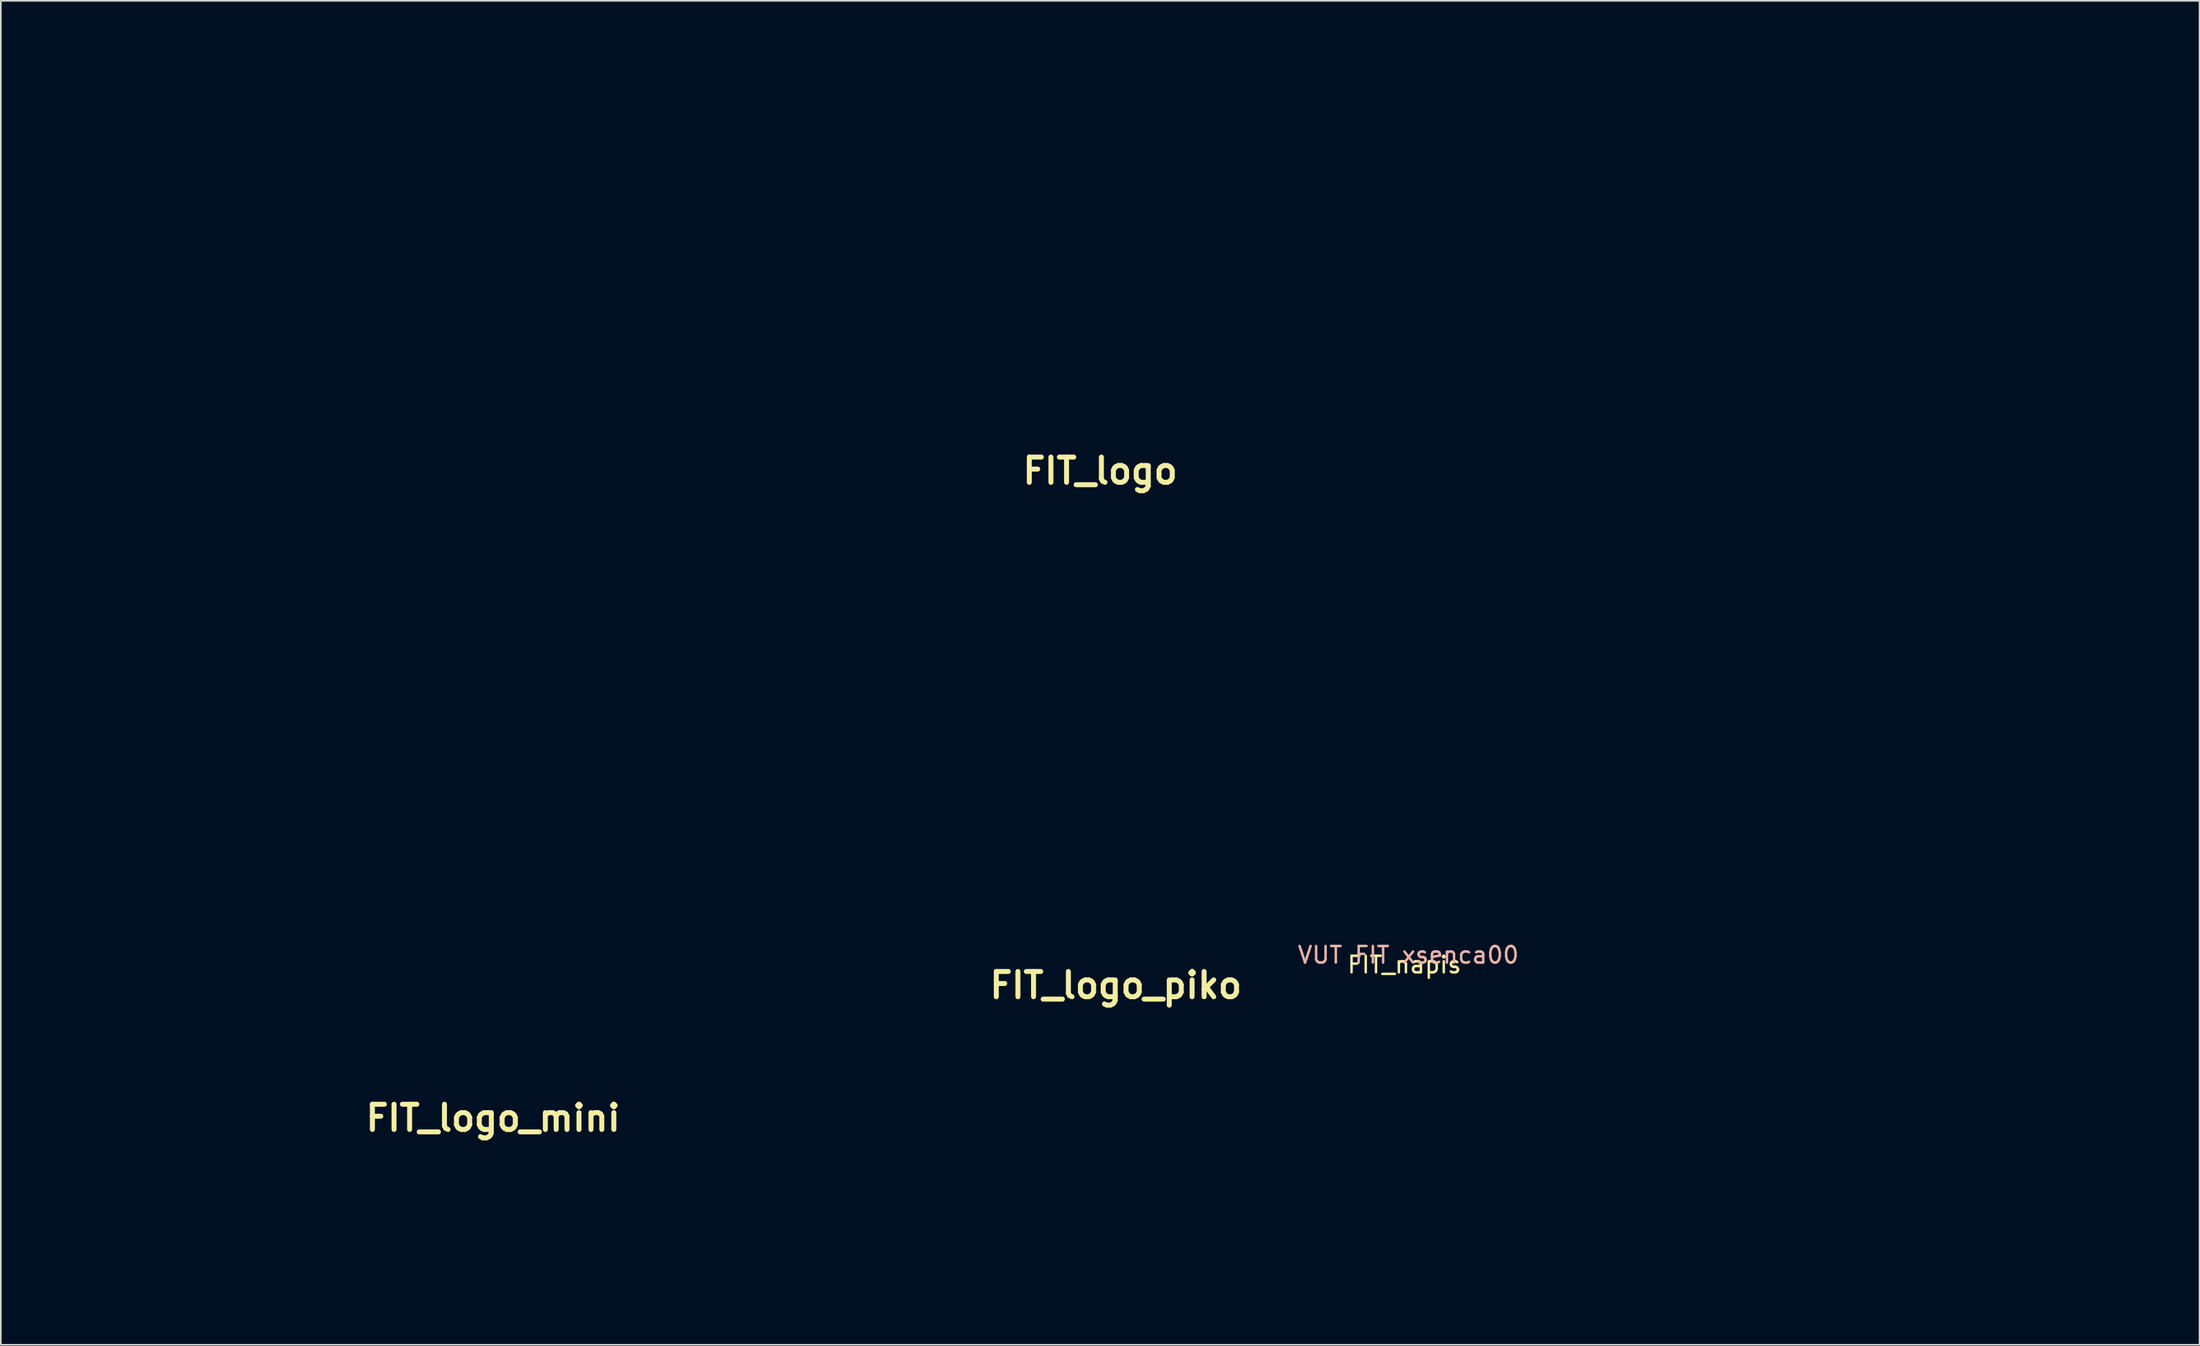
<source format=kicad_pcb>
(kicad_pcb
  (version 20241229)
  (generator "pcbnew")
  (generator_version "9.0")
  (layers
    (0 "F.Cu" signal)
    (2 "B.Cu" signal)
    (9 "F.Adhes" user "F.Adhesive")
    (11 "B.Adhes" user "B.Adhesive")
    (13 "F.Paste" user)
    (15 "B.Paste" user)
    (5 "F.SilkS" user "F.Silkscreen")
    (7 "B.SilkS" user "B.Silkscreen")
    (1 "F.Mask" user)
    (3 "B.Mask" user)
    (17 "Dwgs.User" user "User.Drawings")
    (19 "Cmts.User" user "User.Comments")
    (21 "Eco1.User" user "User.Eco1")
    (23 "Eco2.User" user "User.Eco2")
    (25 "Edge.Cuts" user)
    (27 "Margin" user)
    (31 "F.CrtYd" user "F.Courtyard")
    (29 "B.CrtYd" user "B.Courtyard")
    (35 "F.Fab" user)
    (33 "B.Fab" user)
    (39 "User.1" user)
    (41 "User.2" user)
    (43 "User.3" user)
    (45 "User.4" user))
  (footprint "FIT_napis"
    (layer "F.Cu")
    (at 81.798 54.748)
    (property "Reference" "FIT_napis" (at 0 0.5 0) (layer "F.SilkS") (effects (font (size 1 1) (thickness 0.15))))
    (attr through_hole)
    (fp_text user "VUT FIT xsenca00" (at 0.24 -0.09 0) (layer "B.SilkS") (effects (font (size 1 1) (thickness 0.15)))))
  (footprint "FIT_logo"
    (layer "F.Cu")
    (at 63.42 25.405)
    (property "Reference" "FIT_logo" (at 0 0 0) (layer "F.SilkS") (effects (font (size 1.524 1.524) (thickness 0.3))))
    (attr through_hole)
    (fp_poly (pts (xy 27.432 13.208) (xy 22.606 13.208) (xy 22.606 -14.647) (xy 27.432 -14.647) (xy 27.432 13.208)) (stroke (width 0.01) (type solid)) (fill no) (layer "Eco2.User"))
    (fp_poly (pts (xy 16.849 -10.499) (xy 5.334 -10.499) (xy 5.334 -2.794) (xy 16.087 -2.794) (xy 16.087 1.27) (xy 5.334 1.27) (xy 5.334 13.208) (xy 0.508 13.208) (xy 0.508 -14.647) (xy 16.849 -14.647) (xy 16.849 -10.499)) (stroke (width 0.01) (type solid)) (fill no) (layer "Eco2.User"))
    (fp_poly (pts (xy 53.255 -10.5) (xy 49.297 -10.478) (xy 45.339 -10.456) (xy 45.318 1.376) (xy 45.296 13.208) (xy 40.556 13.208) (xy 40.534 1.376) (xy 40.513 -10.456) (xy 36.555 -10.478) (xy 32.597 -10.5) (xy 32.597 -14.647) (xy 53.255 -14.647) (xy 53.255 -10.5)) (stroke (width 0.01) (type solid)) (fill no) (layer "Eco2.User"))
    (fp_poly (pts (xy 63.415 25.4) (xy -10.583 25.4) (xy -10.583 23.961) (xy -9.059 23.961) (xy 26.437 23.94) (xy 61.934 23.918) (xy 61.934 -23.918) (xy 26.437 -23.94) (xy -9.059 -23.961) (xy -9.059 23.961) (xy -10.583 23.961) (xy -10.583 -25.4) (xy 63.415 -25.4) (xy 63.415 25.4)) (stroke (width 0.01) (type solid)) (fill no) (layer "Eco2.User"))
    (fp_poly (pts (xy -12.615 25.4) (xy -63.415 25.4) (xy -63.415 -17.611) (xy -55.29 -17.611) (xy -55.245 -11.896) (xy -47.392 -11.874) (xy -39.539 -11.852) (xy -39.539 16.933) (xy -33.615 16.933) (xy -33.593 6.54) (xy -33.57 -3.852) (xy -33.302 -4.418) (xy -32.886 -5.108) (xy -32.349 -5.684) (xy -31.705 -6.135) (xy -30.98 -6.444) (xy -30.861 -6.478) (xy -30.731 -6.507) (xy -30.578 -6.532) (xy -30.386 -6.551) (xy -30.142 -6.567) (xy -29.829 -6.58) (xy -29.435 -6.589) (xy -28.945 -6.595) (xy -28.343 -6.6) (xy -27.616 -6.602) (xy -26.749 -6.604) (xy -25.728 -6.604) (xy -20.913 -6.604) (xy -20.913 -11.938) (xy -39.539 -11.938) (xy -39.539 -17.611) (xy -55.29 -17.611) (xy -63.415 -17.611) (xy -63.415 -25.4) (xy -12.615 -25.4) (xy -12.615 25.4)) (stroke (width 0.01) (type solid)) (fill no) (layer "Eco2.User")))
  (footprint "FIT_logo_mini"
    (layer "F.Cu")
    (at 26.742 64.51)
    (property "Reference" "FIT_logo_mini" (at 0 0 0) (layer "F.SilkS") (effects (font (size 1.524 1.524) (thickness 0.3))))
    (attr through_hole)
    (fp_poly (pts (xy 11.497 5.615) (xy 9.625 5.615) (xy 9.625 -6.149) (xy 11.497 -6.149) (xy 11.497 5.615)) (stroke (width 0.01) (type solid)) (fill no) (layer "Eco2.User"))
    (fp_poly (pts (xy 7.085 -4.412) (xy 2.113 -4.257) (xy 2.193 -2.73) (xy 2.273 -1.203) (xy 4.478 -1.126) (xy 6.684 -1.048) (xy 6.684 0.535) (xy 2.139 0.535) (xy 2.139 5.615) (xy 0.267 5.615) (xy 0.267 -6.149) (xy 7.253 -6.149) (xy 7.085 -4.412)) (stroke (width 0.01) (type solid)) (fill no) (layer "Eco2.User"))
    (fp_poly (pts (xy 22.459 -4.278) (xy 18.983 -4.278) (xy 18.983 5.615) (xy 17.112 5.615) (xy 17.112 -4.252) (xy 15.441 -4.332) (xy 14.529 -4.386) (xy 14.022 -4.485) (xy 13.79 -4.698) (xy 13.704 -5.095) (xy 13.686 -5.281) (xy 13.602 -6.149) (xy 22.459 -6.149) (xy 22.459 -4.278)) (stroke (width 0.01) (type solid)) (fill no) (layer "Eco2.User"))
    (fp_poly (pts (xy 26.737 10.695) (xy -4.545 10.695) (xy -4.545 10.164) (xy -3.743 10.164) (xy 11.163 10.095) (xy 26.068 10.026) (xy 26.068 -10.026) (xy 11.163 -10.095) (xy -3.743 -10.164) (xy -3.743 10.164) (xy -4.545 10.164) (xy -4.545 -10.695) (xy 26.737 -10.695) (xy 26.737 10.695)) (stroke (width 0.01) (type solid)) (fill no) (layer "Eco2.User"))
    (fp_poly (pts (xy -5.347 10.695) (xy -26.737 10.695) (xy -26.737 -7.486) (xy -23.261 -7.486) (xy -23.261 -5.08) (xy -16.577 -5.08) (xy -16.577 7.219) (xy -14.171 7.219) (xy -14.171 2.715) (xy -14.167 0.903) (xy -14.13 -0.444) (xy -14.02 -1.398) (xy -13.797 -2.029) (xy -13.42 -2.408) (xy -12.851 -2.604) (xy -12.048 -2.689) (xy -11.088 -2.728) (xy -8.957 -2.807) (xy -8.792 -5.08) (xy -16.577 -5.08) (xy -16.577 -7.486) (xy -23.261 -7.486) (xy -26.737 -7.486) (xy -26.737 -10.695) (xy -5.347 -10.695) (xy -5.347 10.695)) (stroke (width 0.01) (type solid)) (fill no) (layer "Eco2.User")))
  (footprint "FIT_logo_piko"
    (layer "F.Cu")
    (at 64.365 56.489)
    (property "Reference" "FIT_logo_piko" (at 0 0 0) (layer "F.SilkS") (effects (font (size 1.524 1.524) (thickness 0.3))))
    (attr through_hole)
    (fp_poly (pts (xy 6.684 2.674) (xy 2.741 2.615) (xy -1.203 2.556) (xy 2.607 2.474) (xy 6.417 2.392) (xy 6.417 -2.392) (xy -1.203 -2.556) (xy 2.741 -2.615) (xy 6.684 -2.674) (xy 6.684 2.674)) (stroke (width 0.01) (type solid)) (fill no) (layer "Eco2.User"))
    (fp_poly (pts (xy 2.82 -1.362) (xy 2.917 -0.739) (xy 2.941 -0.134) (xy 2.897 0.672) (xy 2.784 1.206) (xy 2.674 1.337) (xy 2.527 1.095) (xy 2.43 0.472) (xy 2.406 -0.134) (xy 2.45 -0.939) (xy 2.564 -1.473) (xy 2.674 -1.604) (xy 2.82 -1.362)) (stroke (width 0.01) (type solid)) (fill no) (layer "Eco2.User"))
    (fp_poly (pts (xy 5.215 -1.545) (xy 5.587 -1.397) (xy 5.615 -1.337) (xy 5.398 -1.1) (xy 5.214 -1.069) (xy 4.949 -0.912) (xy 4.829 -0.377) (xy 4.813 0.134) (xy 4.76 0.851) (xy 4.625 1.282) (xy 4.545 1.337) (xy 4.386 1.098) (xy 4.29 0.493) (xy 4.278 0.134) (xy 4.225 -0.659) (xy 4.047 -1.021) (xy 3.877 -1.069) (xy 3.521 -1.214) (xy 3.476 -1.337) (xy 3.713 -1.504) (xy 4.306 -1.597) (xy 4.545 -1.604) (xy 5.215 -1.545)) (stroke (width 0.01) (type solid)) (fill no) (layer "Eco2.User"))
    (fp_poly (pts (xy 1.404 -1.522) (xy 1.738 -1.337) (xy 1.643 -1.139) (xy 1.219 -1.069) (xy 0.67 -0.933) (xy 0.535 -0.668) (xy 0.758 -0.342) (xy 1.069 -0.267) (xy 1.504 -0.155) (xy 1.604 0) (xy 1.38 0.217) (xy 1.069 0.267) (xy 0.623 0.456) (xy 0.535 0.802) (xy 0.423 1.237) (xy 0.267 1.337) (xy 0.121 1.095) (xy 0.024 0.472) (xy 0 -0.134) (xy 0.014 -0.974) (xy 0.102 -1.412) (xy 0.336 -1.578) (xy 0.785 -1.604) (xy 0.786 -1.604) (xy 1.404 -1.522)) (stroke (width 0.01) (type solid)) (fill no) (layer "Eco2.User"))
    (fp_poly (pts (xy -1.337 2.674) (xy -6.684 2.674) (xy -6.684 -1.604) (xy -5.882 -1.604) (xy -5.65 -1.416) (xy -5.09 -1.337) (xy -5.08 -1.337) (xy -4.616 -1.311) (xy -4.378 -1.143) (xy -4.29 -0.701) (xy -4.278 0.089) (xy -4.21 1.12) (xy -4.042 1.709) (xy -3.824 1.835) (xy -3.609 1.481) (xy -3.448 0.627) (xy -3.427 0.401) (xy -3.313 -0.318) (xy -3.063 -0.657) (xy -2.741 -0.754) (xy -2.223 -0.908) (xy -2.171 -1.103) (xy -2.529 -1.27) (xy -3.208 -1.337) (xy -3.878 -1.396) (xy -4.251 -1.544) (xy -4.278 -1.604) (xy -4.51 -1.792) (xy -5.07 -1.872) (xy -5.08 -1.872) (xy -5.643 -1.794) (xy -5.882 -1.608) (xy -5.882 -1.604) (xy -6.684 -1.604) (xy -6.684 -2.674) (xy -1.337 -2.674) (xy -1.337 2.674)) (stroke (width 0.01) (type solid)) (fill no) (layer "Eco2.User")))
  (gr_rect
    (start -3 -3)
    (end 129.841 78.209)
    (stroke (width 0.1) (type default))
    (fill no)
    (layer "Edge.Cuts")))
</source>
